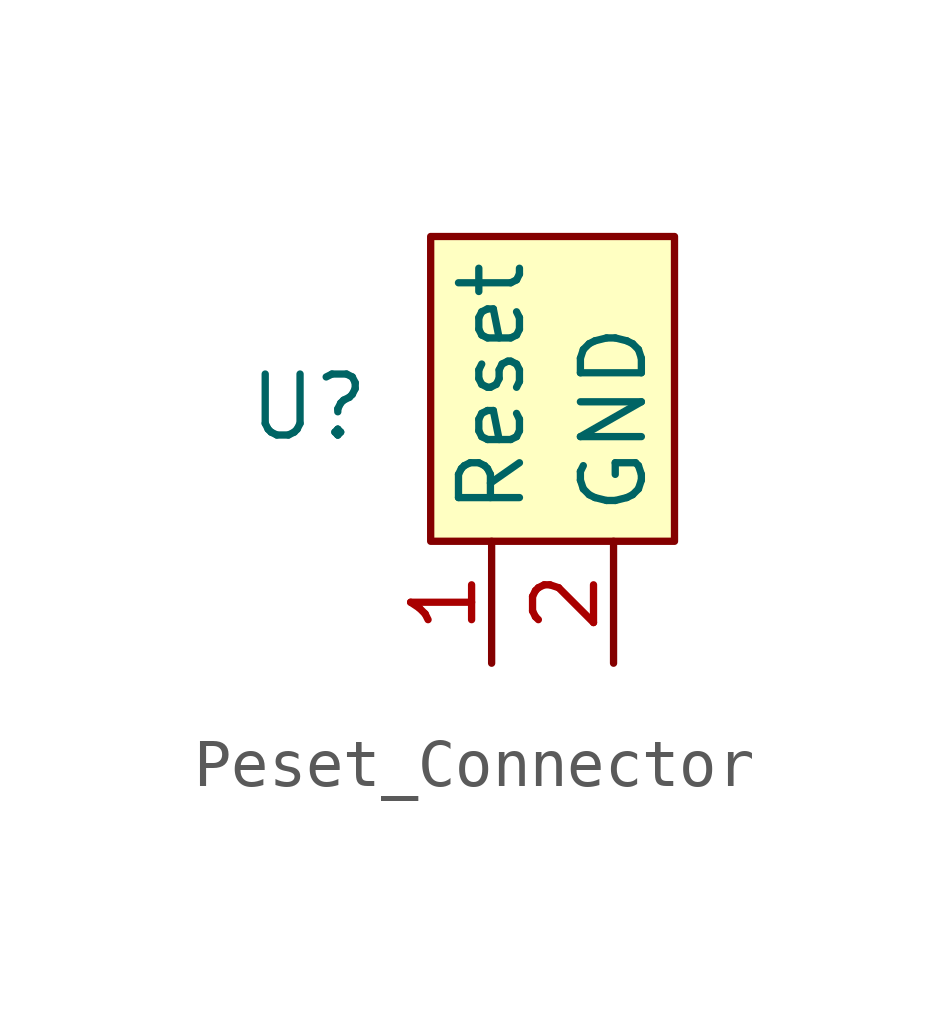
<source format=kicad_sym>
(kicad_symbol_lib
  (version 20231120)
  (generator "kicad_symbol_editor")
  (generator_version "8.0")
  (symbol "Peset_Connector"
    (property "Reference" "U"
      (at -2.54 2.794 0)
      (effects (font (size 1.27 1.27))))
    (property "Value" ""
      (at 0 0 0)
      (effects (font (size 1.27 1.27))))
    (symbol "Peset_Connector_1_1"
      (rectangle (start 0 6.35) (end 5.08 0) (stroke (width 0) (type default)) (fill (type background)))
      (pin input line (at 1.27 -2.54 90) (length 2.54) (name "Reset" (effects (font (size 1.27 1.27)))) (number "1" (effects (font (size 1.27 1.27)))))
      (pin input line (at 3.81 -2.54 90) (length 2.54) (name "GND" (effects (font (size 1.27 1.27)))) (number "2" (effects (font (size 1.27 1.27))))))))
</source>
